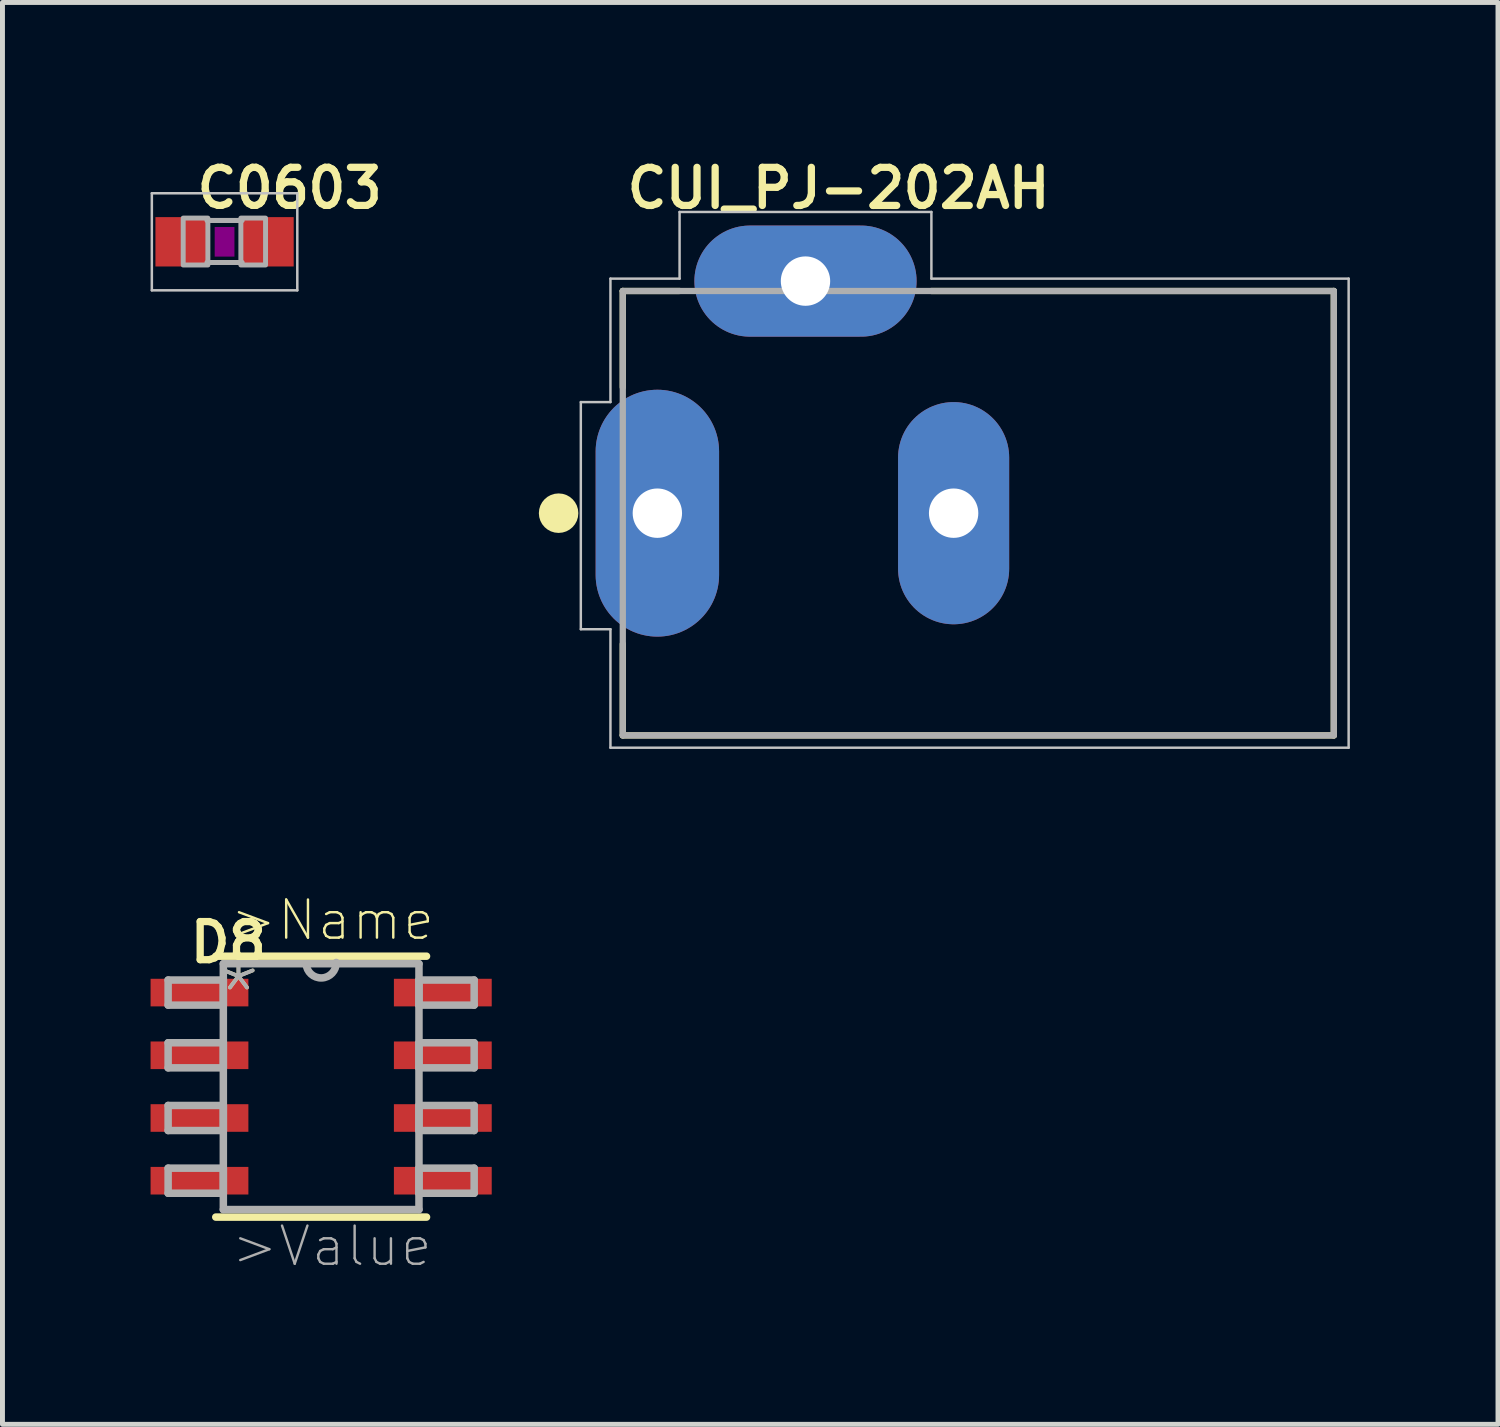
<source format=kicad_pcb>
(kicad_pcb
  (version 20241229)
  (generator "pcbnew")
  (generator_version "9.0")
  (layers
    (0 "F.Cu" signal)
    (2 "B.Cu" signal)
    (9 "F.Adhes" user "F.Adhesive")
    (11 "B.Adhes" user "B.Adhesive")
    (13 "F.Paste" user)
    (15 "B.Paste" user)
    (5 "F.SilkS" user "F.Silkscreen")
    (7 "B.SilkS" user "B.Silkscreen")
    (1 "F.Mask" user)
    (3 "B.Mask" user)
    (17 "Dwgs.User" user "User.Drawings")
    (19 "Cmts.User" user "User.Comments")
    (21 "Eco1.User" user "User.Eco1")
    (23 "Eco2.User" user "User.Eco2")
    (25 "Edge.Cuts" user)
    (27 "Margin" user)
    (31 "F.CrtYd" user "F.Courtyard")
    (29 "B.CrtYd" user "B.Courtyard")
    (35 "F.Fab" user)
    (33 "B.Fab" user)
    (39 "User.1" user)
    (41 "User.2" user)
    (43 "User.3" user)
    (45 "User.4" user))
  (footprint "CUI_PJ-202AH"
    (layer "F.Cu")
    (at 16.763 7.343)
    (property "Reference" "CUI_PJ-202AH" (at -7.191 -6.13 0) (layer "F.SilkS") (effects (font (size 0.772 0.772) (thickness 0.147)) (justify left bottom)))
    (attr through_hole)
    (fp_line (start -7.2 -4.5) (end -6.05 -4.5) (stroke (width 0.127) (type solid)) (layer "F.SilkS"))
    (fp_line (start -7.2 -2.55) (end -7.2 -4.5) (stroke (width 0.127) (type solid)) (layer "F.SilkS"))
    (fp_line (start -7.2 4.5) (end -7.2 2.65) (stroke (width 0.127) (type solid)) (layer "F.SilkS"))
    (fp_line (start -0.95 -4.5) (end 7.2 -4.5) (stroke (width 0.127) (type solid)) (layer "F.SilkS"))
    (fp_line (start 7.2 -4.5) (end 7.2 4.5) (stroke (width 0.127) (type solid)) (layer "F.SilkS"))
    (fp_line (start 7.2 4.5) (end -7.2 4.5) (stroke (width 0.127) (type solid)) (layer "F.SilkS"))
    (fp_circle (center -8.5 0) (end -8.3 0) (stroke (width 0.4) (type solid)) (fill no) (layer "F.SilkS"))
    (fp_line (start -8.05 -2.25) (end -8.05 2.35) (stroke (width 0.05) (type solid)) (layer "Dwgs.User"))
    (fp_line (start -8.05 2.35) (end -7.45 2.35) (stroke (width 0.05) (type solid)) (layer "Dwgs.User"))
    (fp_line (start -7.45 -4.75) (end -6.05 -4.75) (stroke (width 0.05) (type solid)) (layer "Dwgs.User"))
    (fp_line (start -7.45 -2.25) (end -8.05 -2.25) (stroke (width 0.05) (type solid)) (layer "Dwgs.User"))
    (fp_line (start -7.45 -2.25) (end -7.45 -4.75) (stroke (width 0.05) (type solid)) (layer "Dwgs.User"))
    (fp_line (start -7.45 4.75) (end -7.45 2.35) (stroke (width 0.05) (type solid)) (layer "Dwgs.User"))
    (fp_line (start -6.05 -6.1) (end -0.95 -6.1) (stroke (width 0.05) (type solid)) (layer "Dwgs.User"))
    (fp_line (start -6.05 -4.75) (end -6.05 -6.1) (stroke (width 0.05) (type solid)) (layer "Dwgs.User"))
    (fp_line (start -0.95 -6.1) (end -0.95 -4.75) (stroke (width 0.05) (type solid)) (layer "Dwgs.User"))
    (fp_line (start -0.95 -4.75) (end 7.5 -4.75) (stroke (width 0.05) (type solid)) (layer "Dwgs.User"))
    (fp_line (start 7.5 -4.75) (end 7.5 4.75) (stroke (width 0.05) (type solid)) (layer "Dwgs.User"))
    (fp_line (start 7.5 4.75) (end -7.45 4.75) (stroke (width 0.05) (type solid)) (layer "Dwgs.User"))
    (fp_line (start -7 -1.75) (end -6 -1.75) (stroke (width 0.0001) (type solid)) (layer "Edge.Cuts"))
    (fp_line (start -7 1.75) (end -7 -1.75) (stroke (width 0.0001) (type solid)) (layer "Edge.Cuts"))
    (fp_line (start -6 -1.75) (end -6 1.75) (stroke (width 0.0001) (type solid)) (layer "Edge.Cuts"))
    (fp_line (start -6 1.75) (end -7 1.75) (stroke (width 0.0001) (type solid)) (layer "Edge.Cuts"))
    (fp_line (start -5 -5.2) (end -2 -5.2) (stroke (width 0.0001) (type solid)) (layer "Edge.Cuts"))
    (fp_line (start -5 -4.2) (end -5 -5.2) (stroke (width 0.0001) (type solid)) (layer "Edge.Cuts"))
    (fp_line (start -2 -5.2) (end -2 -4.2) (stroke (width 0.0001) (type solid)) (layer "Edge.Cuts"))
    (fp_line (start -2 -4.2) (end -5 -4.2) (stroke (width 0.0001) (type solid)) (layer "Edge.Cuts"))
    (fp_line (start -1 -1.5) (end 0 -1.5) (stroke (width 0.0001) (type solid)) (layer "Edge.Cuts"))
    (fp_line (start -1 1.5) (end -1 -1.5) (stroke (width 0.0001) (type solid)) (layer "Edge.Cuts"))
    (fp_line (start 0 -1.5) (end 0 1.5) (stroke (width 0.0001) (type solid)) (layer "Edge.Cuts"))
    (fp_line (start 0 1.5) (end -1 1.5) (stroke (width 0.0001) (type solid)) (layer "Edge.Cuts"))
    (fp_line (start -7.2 -4.5) (end 7.2 -4.5) (stroke (width 0.127) (type solid)) (layer "F.Fab"))
    (fp_line (start -7.2 4.5) (end -7.2 -4.5) (stroke (width 0.127) (type solid)) (layer "F.Fab"))
    (fp_line (start 7.2 -4.5) (end 7.2 4.5) (stroke (width 0.127) (type solid)) (layer "F.Fab"))
    (fp_line (start 7.2 4.5) (end -7.2 4.5) (stroke (width 0.127) (type solid)) (layer "F.Fab"))
    (pad "1" thru_hole oval (at -6.5 0 90) (size 5 2.5) (drill 1) (layers "*.Cu" "*.Mask"))
    (pad "2" thru_hole oval (at -0.5 0 90) (size 4.5 2.25) (drill 1) (layers "*.Cu" "*.Mask"))
    (pad "3" thru_hole oval (at -3.5 -4.7 180) (size 4.5 2.25) (drill 1) (layers "*.Cu" "*.Mask")))
  (footprint "C0603"
    (layer "F.Cu")
    (at 1.498 1.847)
    (property "Reference" "C0603" (at -0.635 -0.635 180) (layer "F.SilkS") (effects (font (size 0.772 0.772) (thickness 0.147)) (justify left bottom)))
    (attr through_hole)
    (fp_poly (pts (xy -0.2 0.3) (xy 0.2 0.3) (xy 0.2 -0.3) (xy -0.2 -0.3)) (stroke (width 0) (type solid)) (fill yes) (layer "F.Adhes"))
    (fp_line (start -1.473 -0.983) (end 1.473 -0.983) (stroke (width 0.051) (type solid)) (layer "Dwgs.User"))
    (fp_line (start -1.473 0.983) (end -1.473 -0.983) (stroke (width 0.051) (type solid)) (layer "Dwgs.User"))
    (fp_line (start 1.473 -0.983) (end 1.473 0.983) (stroke (width 0.051) (type solid)) (layer "Dwgs.User"))
    (fp_line (start 1.473 0.983) (end -1.473 0.983) (stroke (width 0.051) (type solid)) (layer "Dwgs.User"))
    (fp_line (start -0.356 -0.432) (end 0.356 -0.432) (stroke (width 0.102) (type solid)) (layer "F.Fab"))
    (fp_line (start -0.356 0.419) (end 0.356 0.419) (stroke (width 0.102) (type solid)) (layer "F.Fab"))
    (fp_poly (pts (xy -0.838 0.47) (xy -0.338 0.47) (xy -0.338 -0.48) (xy -0.838 -0.48)) (stroke (width 0.1) (type solid)) (fill no) (layer "F.Fab"))
    (fp_poly (pts (xy 0.33 0.47) (xy 0.83 0.47) (xy 0.83 -0.48) (xy 0.33 -0.48)) (stroke (width 0.1) (type solid)) (fill no) (layer "F.Fab"))
    (pad "1" smd rect (at -0.85 0) (size 1.1 1) (layers "F.Cu" "F.Mask" "F.Paste"))
    (pad "2" smd rect (at 0.85 0) (size 1.1 1) (layers "F.Cu" "F.Mask" "F.Paste")))
  (footprint "D8"
    (layer "F.Cu")
    (at 3.454 18.957)
    (property "Reference" "D8" (at -1.88 -2.921 0) (layer "F.SilkS") (effects (font (size 0.772 0.772) (thickness 0.147))))
    (attr through_hole)
    (fp_line (start -2.134 2.642) (end 2.134 2.642) (stroke (width 0.152) (type solid)) (layer "F.SilkS"))
    (fp_line (start 2.134 -2.642) (end -2.134 -2.642) (stroke (width 0.152) (type solid)) (layer "F.SilkS"))
    (fp_line (start -3.099 -2.159) (end -3.099 -1.651) (stroke (width 0.152) (type solid)) (layer "F.Fab"))
    (fp_line (start -3.099 -1.651) (end -1.981 -1.651) (stroke (width 0.152) (type solid)) (layer "F.Fab"))
    (fp_line (start -3.099 -0.889) (end -3.099 -0.381) (stroke (width 0.152) (type solid)) (layer "F.Fab"))
    (fp_line (start -3.099 -0.381) (end -1.981 -0.381) (stroke (width 0.152) (type solid)) (layer "F.Fab"))
    (fp_line (start -3.099 0.381) (end -3.099 0.889) (stroke (width 0.152) (type solid)) (layer "F.Fab"))
    (fp_line (start -3.099 0.889) (end -1.981 0.889) (stroke (width 0.152) (type solid)) (layer "F.Fab"))
    (fp_line (start -3.099 1.651) (end -3.099 2.159) (stroke (width 0.152) (type solid)) (layer "F.Fab"))
    (fp_line (start -3.099 2.159) (end -1.981 2.159) (stroke (width 0.152) (type solid)) (layer "F.Fab"))
    (fp_line (start -1.981 -2.489) (end -1.981 2.489) (stroke (width 0.152) (type solid)) (layer "F.Fab"))
    (fp_line (start -1.981 -2.159) (end -3.099 -2.159) (stroke (width 0.152) (type solid)) (layer "F.Fab"))
    (fp_line (start -1.981 -1.651) (end -1.981 -2.159) (stroke (width 0.152) (type solid)) (layer "F.Fab"))
    (fp_line (start -1.981 -0.889) (end -3.099 -0.889) (stroke (width 0.152) (type solid)) (layer "F.Fab"))
    (fp_line (start -1.981 -0.381) (end -1.981 -0.889) (stroke (width 0.152) (type solid)) (layer "F.Fab"))
    (fp_line (start -1.981 0.381) (end -3.099 0.381) (stroke (width 0.152) (type solid)) (layer "F.Fab"))
    (fp_line (start -1.981 0.889) (end -1.981 0.381) (stroke (width 0.152) (type solid)) (layer "F.Fab"))
    (fp_line (start -1.981 1.651) (end -3.099 1.651) (stroke (width 0.152) (type solid)) (layer "F.Fab"))
    (fp_line (start -1.981 2.159) (end -1.981 1.651) (stroke (width 0.152) (type solid)) (layer "F.Fab"))
    (fp_line (start -1.981 2.489) (end 1.981 2.489) (stroke (width 0.152) (type solid)) (layer "F.Fab"))
    (fp_line (start -0.305 -2.489) (end -1.981 -2.489) (stroke (width 0.152) (type solid)) (layer "F.Fab"))
    (fp_line (start 1.981 -2.489) (end -0.305 -2.489) (stroke (width 0.152) (type solid)) (layer "F.Fab"))
    (fp_line (start 1.981 -2.159) (end 1.981 -1.651) (stroke (width 0.152) (type solid)) (layer "F.Fab"))
    (fp_line (start 1.981 -1.651) (end 3.099 -1.651) (stroke (width 0.152) (type solid)) (layer "F.Fab"))
    (fp_line (start 1.981 -0.889) (end 1.981 -0.381) (stroke (width 0.152) (type solid)) (layer "F.Fab"))
    (fp_line (start 1.981 -0.381) (end 3.099 -0.381) (stroke (width 0.152) (type solid)) (layer "F.Fab"))
    (fp_line (start 1.981 0.381) (end 1.981 0.889) (stroke (width 0.152) (type solid)) (layer "F.Fab"))
    (fp_line (start 1.981 0.889) (end 3.099 0.889) (stroke (width 0.152) (type solid)) (layer "F.Fab"))
    (fp_line (start 1.981 1.651) (end 1.981 2.159) (stroke (width 0.152) (type solid)) (layer "F.Fab"))
    (fp_line (start 1.981 2.159) (end 3.099 2.159) (stroke (width 0.152) (type solid)) (layer "F.Fab"))
    (fp_line (start 1.981 2.489) (end 1.981 -2.489) (stroke (width 0.152) (type solid)) (layer "F.Fab"))
    (fp_line (start 3.099 -2.159) (end 1.981 -2.159) (stroke (width 0.152) (type solid)) (layer "F.Fab"))
    (fp_line (start 3.099 -1.651) (end 3.099 -2.159) (stroke (width 0.152) (type solid)) (layer "F.Fab"))
    (fp_line (start 3.099 -0.889) (end 1.981 -0.889) (stroke (width 0.152) (type solid)) (layer "F.Fab"))
    (fp_line (start 3.099 -0.381) (end 3.099 -0.889) (stroke (width 0.152) (type solid)) (layer "F.Fab"))
    (fp_line (start 3.099 0.381) (end 1.981 0.381) (stroke (width 0.152) (type solid)) (layer "F.Fab"))
    (fp_line (start 3.099 0.889) (end 3.099 0.381) (stroke (width 0.152) (type solid)) (layer "F.Fab"))
    (fp_line (start 3.099 1.651) (end 1.981 1.651) (stroke (width 0.152) (type solid)) (layer "F.Fab"))
    (fp_line (start 3.099 2.159) (end 3.099 1.651) (stroke (width 0.152) (type solid)) (layer "F.Fab"))
    (fp_arc (start 0.3048 -2.5146) (mid 0.0127 -2.1971) (end -0.3048 -2.4892) (stroke (width 0.1524) (type solid)) (layer "F.Fab"))
    (fp_text user "*" (at -2.184 -1.168 0) (layer "F.SilkS") (effects (font (size 1.206 1.206) (thickness 0.076)) (justify left bottom)))
    (fp_text user ">Name" (at -1.88 -2.921 0) (layer "F.SilkS") (effects (font (size 0.772 0.772) (thickness 0.049)) (justify left bottom)))
    (fp_text user "*" (at -2.184 -1.168 0) (layer "F.Fab") (effects (font (size 1.206 1.206) (thickness 0.076)) (justify left bottom)))
    (fp_text user ">Value" (at -1.854 3.683 0) (layer "F.Fab") (effects (font (size 0.772 0.772) (thickness 0.049)) (justify left bottom)))
    (pad "1" smd rect (at -2.464 -1.905) (size 1.981 0.559) (layers "F.Cu" "F.Mask" "F.Paste"))
    (pad "2" smd rect (at -2.464 -0.635) (size 1.981 0.559) (layers "F.Cu" "F.Mask" "F.Paste"))
    (pad "3" smd rect (at -2.464 0.635) (size 1.981 0.559) (layers "F.Cu" "F.Mask" "F.Paste"))
    (pad "4" smd rect (at -2.464 1.905) (size 1.981 0.559) (layers "F.Cu" "F.Mask" "F.Paste"))
    (pad "5" smd rect (at 2.464 1.905) (size 1.981 0.559) (layers "F.Cu" "F.Mask" "F.Paste"))
    (pad "6" smd rect (at 2.464 0.635) (size 1.981 0.559) (layers "F.Cu" "F.Mask" "F.Paste"))
    (pad "7" smd rect (at 2.464 -0.635) (size 1.981 0.559) (layers "F.Cu" "F.Mask" "F.Paste"))
    (pad "8" smd rect (at 2.464 -1.905) (size 1.981 0.559) (layers "F.Cu" "F.Mask" "F.Paste")))
  (gr_rect
    (start -3 -3)
    (end 27.288 25.796)
    (stroke (width 0.1) (type default))
    (fill no)
    (layer "Edge.Cuts")))
</source>
